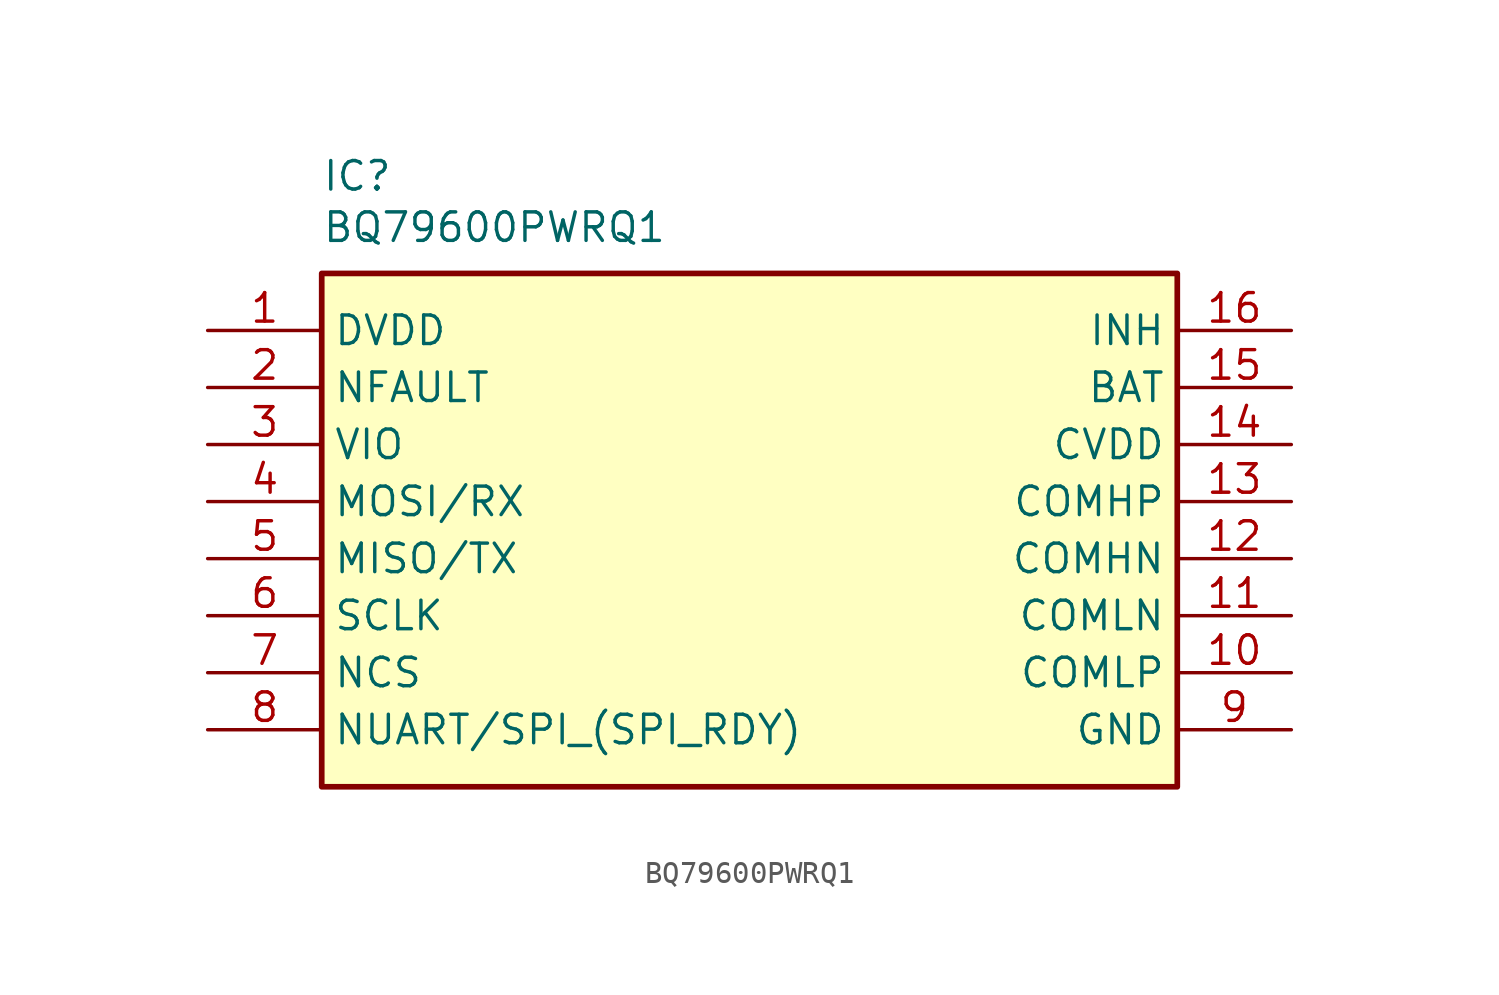
<source format=kicad_sym>
(kicad_symbol_lib
  (version 20231120)
  (generator "kicad_symbol_editor")
  (generator_version "8.0")
  (symbol "BQ79600PWRQ1"
    (property "Reference" "IC"
      (at 5.08 7.62 0)
      (effects (font (size 1.27 1.27)) (justify left top)))
    (property "Value" "BQ79600PWRQ1"
      (at 5.08 5.334 0)
      (effects (font (size 1.27 1.27)) (justify left top)))
    (symbol "BQ79600PWRQ1_1_1"
      (rectangle (start 5.08 2.54) (end 43.18 -20.32) (stroke (width 0.254) (type default)) (fill (type background)))
      (pin passive line (at 0 0 0) (length 5.08) (name "DVDD" (effects (font (size 1.27 1.27)))) (number "1" (effects (font (size 1.27 1.27)))))
      (pin passive line (at 48.26 -15.24 180) (length 5.08) (name "COMLP" (effects (font (size 1.27 1.27)))) (number "10" (effects (font (size 1.27 1.27)))))
      (pin passive line (at 48.26 -12.7 180) (length 5.08) (name "COMLN" (effects (font (size 1.27 1.27)))) (number "11" (effects (font (size 1.27 1.27)))))
      (pin passive line (at 48.26 -10.16 180) (length 5.08) (name "COMHN" (effects (font (size 1.27 1.27)))) (number "12" (effects (font (size 1.27 1.27)))))
      (pin passive line (at 48.26 -7.62 180) (length 5.08) (name "COMHP" (effects (font (size 1.27 1.27)))) (number "13" (effects (font (size 1.27 1.27)))))
      (pin passive line (at 48.26 -5.08 180) (length 5.08) (name "CVDD" (effects (font (size 1.27 1.27)))) (number "14" (effects (font (size 1.27 1.27)))))
      (pin passive line (at 48.26 -2.54 180) (length 5.08) (name "BAT" (effects (font (size 1.27 1.27)))) (number "15" (effects (font (size 1.27 1.27)))))
      (pin passive line (at 48.26 0 180) (length 5.08) (name "INH" (effects (font (size 1.27 1.27)))) (number "16" (effects (font (size 1.27 1.27)))))
      (pin passive line (at 0 -2.54 0) (length 5.08) (name "NFAULT" (effects (font (size 1.27 1.27)))) (number "2" (effects (font (size 1.27 1.27)))))
      (pin passive line (at 0 -5.08 0) (length 5.08) (name "VIO" (effects (font (size 1.27 1.27)))) (number "3" (effects (font (size 1.27 1.27)))))
      (pin passive line (at 0 -7.62 0) (length 5.08) (name "MOSI/RX" (effects (font (size 1.27 1.27)))) (number "4" (effects (font (size 1.27 1.27)))))
      (pin passive line (at 0 -10.16 0) (length 5.08) (name "MISO/TX" (effects (font (size 1.27 1.27)))) (number "5" (effects (font (size 1.27 1.27)))))
      (pin passive line (at 0 -12.7 0) (length 5.08) (name "SCLK" (effects (font (size 1.27 1.27)))) (number "6" (effects (font (size 1.27 1.27)))))
      (pin passive line (at 0 -15.24 0) (length 5.08) (name "NCS" (effects (font (size 1.27 1.27)))) (number "7" (effects (font (size 1.27 1.27)))))
      (pin passive line (at 0 -17.78 0) (length 5.08) (name "NUART/SPI_(SPI_RDY)" (effects (font (size 1.27 1.27)))) (number "8" (effects (font (size 1.27 1.27)))))
      (pin passive line (at 48.26 -17.78 180) (length 5.08) (name "GND" (effects (font (size 1.27 1.27)))) (number "9" (effects (font (size 1.27 1.27))))))))
</source>
